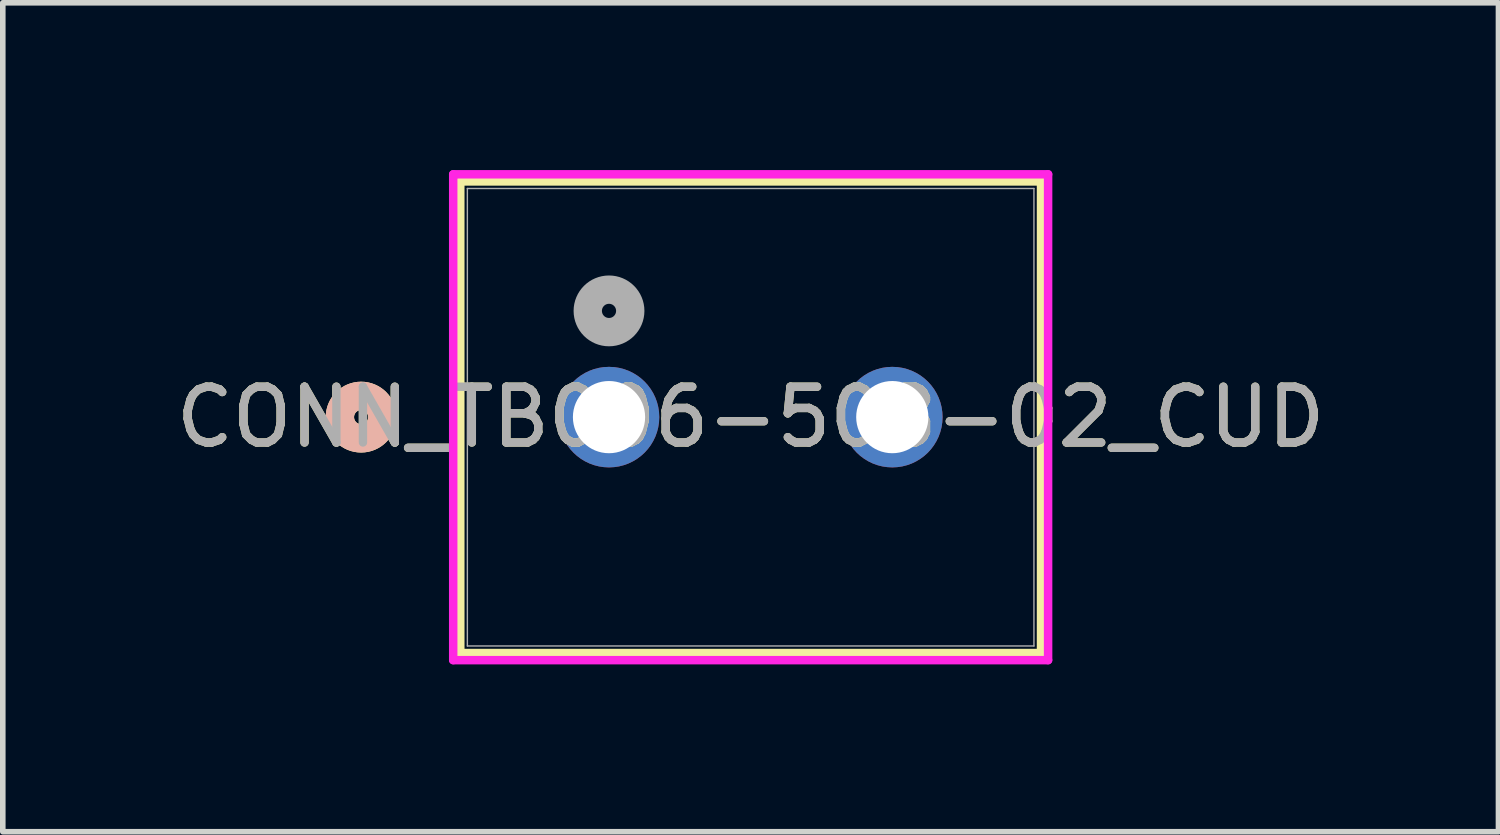
<source format=kicad_pcb>
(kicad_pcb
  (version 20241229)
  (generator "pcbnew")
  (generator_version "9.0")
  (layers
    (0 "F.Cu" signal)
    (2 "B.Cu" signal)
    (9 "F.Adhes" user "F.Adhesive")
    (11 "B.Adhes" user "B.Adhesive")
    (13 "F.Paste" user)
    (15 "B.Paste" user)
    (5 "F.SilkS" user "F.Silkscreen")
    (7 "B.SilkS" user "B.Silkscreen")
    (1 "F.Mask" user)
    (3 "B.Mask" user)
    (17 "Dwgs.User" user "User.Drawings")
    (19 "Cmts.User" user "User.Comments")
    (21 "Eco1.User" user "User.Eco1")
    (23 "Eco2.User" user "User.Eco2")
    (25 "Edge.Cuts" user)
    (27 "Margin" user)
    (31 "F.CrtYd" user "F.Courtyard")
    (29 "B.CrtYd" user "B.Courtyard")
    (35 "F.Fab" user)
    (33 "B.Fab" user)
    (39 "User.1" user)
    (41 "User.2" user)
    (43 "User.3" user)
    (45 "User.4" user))
  (footprint "CONN_TB006-508-02_CUD"
    (layer "F.Cu")
    (at 7.871 4.43)
    (property "Reference" "CONN_TB006-508-02_CUD" (at 2.54 0 0) (unlocked yes) (layer "F.SilkS") (effects (font (size 1 1) (thickness 0.15))))
    (attr through_hole)
    (fp_line (start -2.667 -4.227) (end -2.667 4.231) (stroke (width 0.152) (type solid)) (layer "F.SilkS"))
    (fp_line (start -2.667 4.231) (end 7.747 4.231) (stroke (width 0.152) (type solid)) (layer "F.SilkS"))
    (fp_line (start 7.747 -4.227) (end -2.667 -4.227) (stroke (width 0.152) (type solid)) (layer "F.SilkS"))
    (fp_line (start 7.747 4.231) (end 7.747 -4.227) (stroke (width 0.152) (type solid)) (layer "F.SilkS"))
    (fp_circle (center -4.445 0) (end -4.064 0) (stroke (width 0.508) (type solid)) (fill no) (layer "F.SilkS"))
    (fp_circle (center -4.445 0) (end -4.064 0) (stroke (width 0.508) (type solid)) (fill no) (layer "B.SilkS"))
    (fp_line (start -2.794 -4.354) (end -2.794 4.358) (stroke (width 0.152) (type solid)) (layer "F.CrtYd"))
    (fp_line (start -2.794 4.358) (end 7.874 4.358) (stroke (width 0.152) (type solid)) (layer "F.CrtYd"))
    (fp_line (start 7.874 -4.354) (end -2.794 -4.354) (stroke (width 0.152) (type solid)) (layer "F.CrtYd"))
    (fp_line (start 7.874 4.358) (end 7.874 -4.354) (stroke (width 0.152) (type solid)) (layer "F.CrtYd"))
    (fp_line (start -2.54 -4.1) (end -2.54 4.104) (stroke (width 0.025) (type solid)) (layer "F.Fab"))
    (fp_line (start -2.54 4.104) (end 7.62 4.104) (stroke (width 0.025) (type solid)) (layer "F.Fab"))
    (fp_line (start 7.62 -4.1) (end -2.54 -4.1) (stroke (width 0.025) (type solid)) (layer "F.Fab"))
    (fp_line (start 7.62 4.104) (end 7.62 -4.1) (stroke (width 0.025) (type solid)) (layer "F.Fab"))
    (fp_circle (center 0 -1.905) (end 0.381 -1.905) (stroke (width 0.508) (type solid)) (fill no) (layer "F.Fab"))
    (fp_text user "${REFERENCE}" (at 2.54 0 0) (unlocked yes) (layer "F.Fab") (effects (font (size 1 1) (thickness 0.15))))
    (pad "1" thru_hole circle (at 0 0) (size 1.803 1.803) (drill 1.295) (layers "*.Cu" "*.Mask"))
    (pad "2" thru_hole circle (at 5.08 0) (size 1.803 1.803) (drill 1.295) (layers "*.Cu" "*.Mask")))
  (gr_rect
    (start -3 -3)
    (end 23.821 11.865)
    (stroke (width 0.1) (type default))
    (fill no)
    (layer "Edge.Cuts")))
</source>
